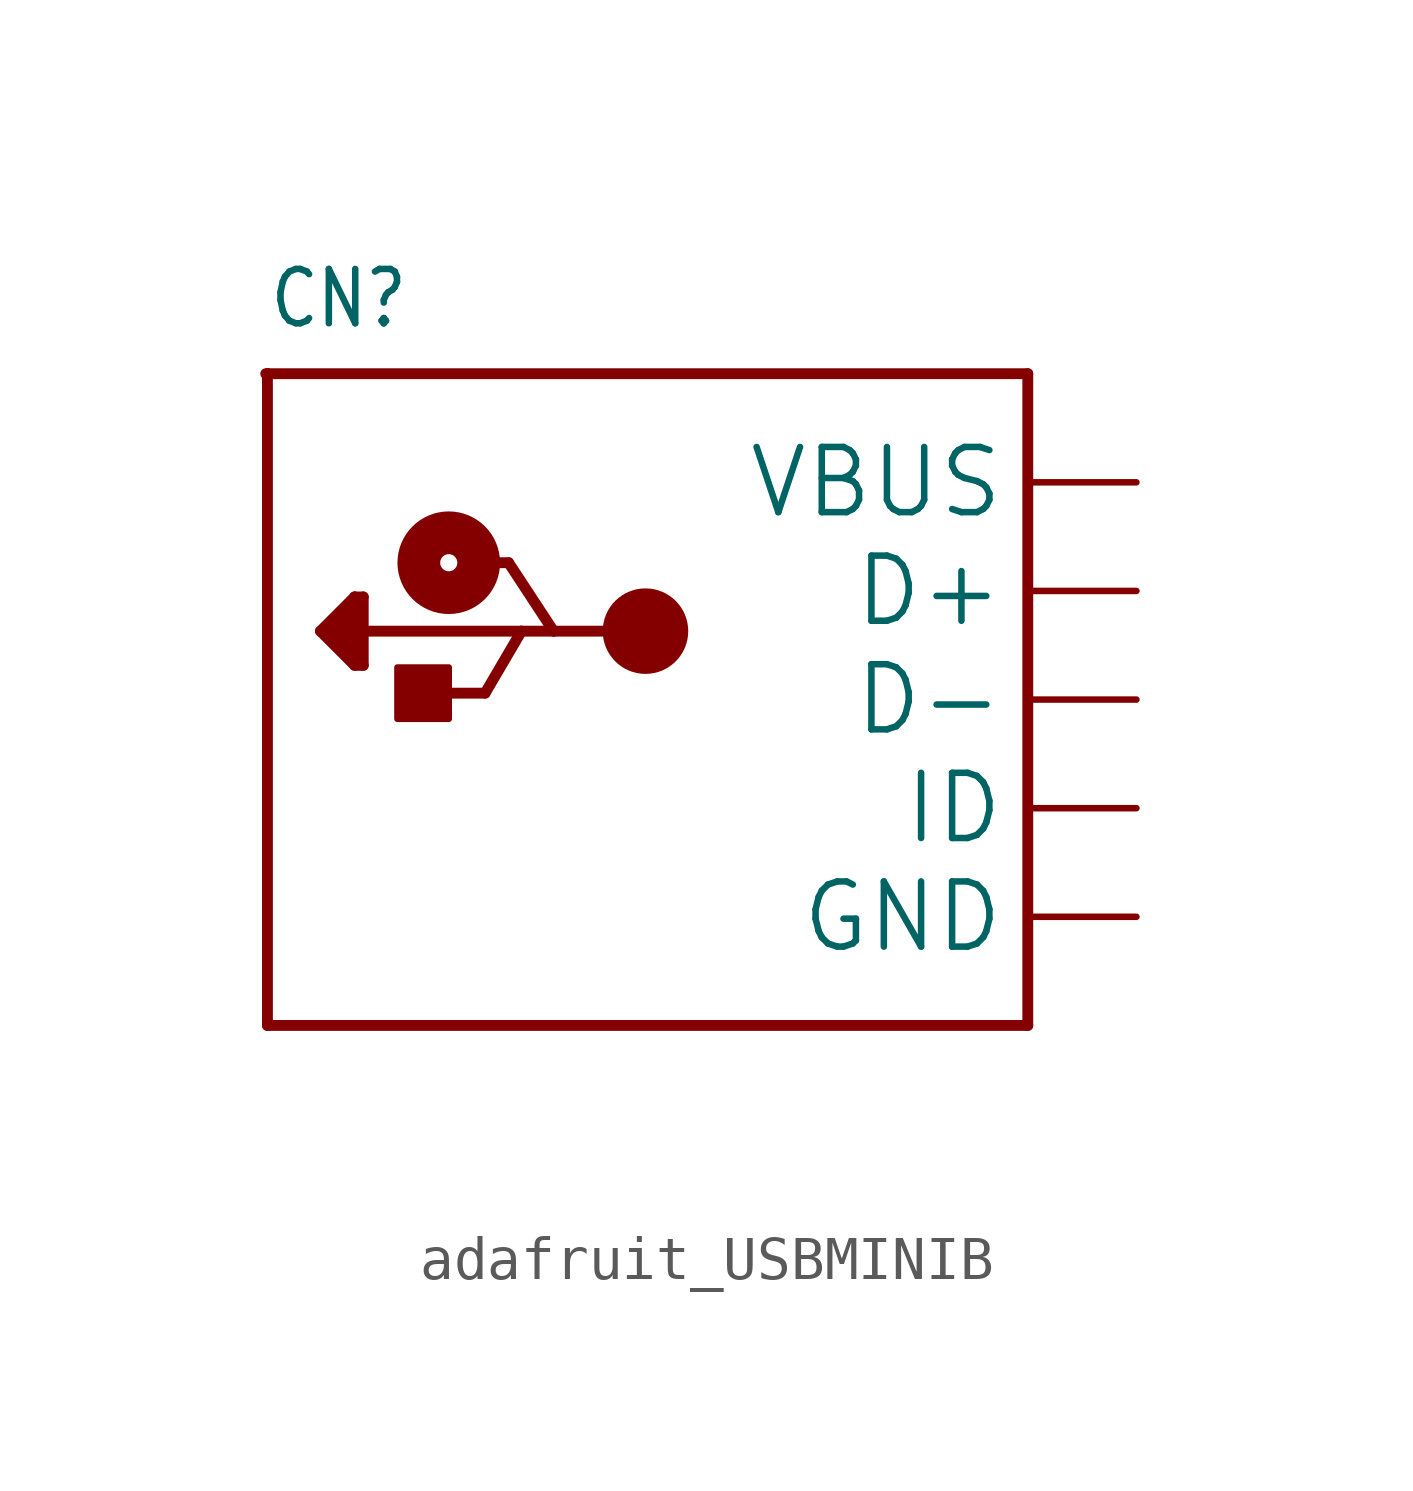
<source format=kicad_sym>
(kicad_symbol_lib
  (version 20241209)
  (generator "kicad_symbol_editor")
  (generator_version "9.0")
  (symbol "adafruit_USBMINIB"
    (property "Reference" "CN"
      (at -10.16 8.636 0)
      (effects (font (size 1.27 1.079)) (justify left bottom)))
    (property "Value" ""
      (at -10.16 -10.16 0)
      (effects (font (size 1.27 1.079)) (justify left bottom)))
    (property "ki_locked" ""
      (at 0 0 0)
      (effects (font (size 1.27 1.27))))
    (symbol "adafruit_USBMINIB_1_0"
      (polyline (pts (xy -10.2 7.62) (xy -10.16 7.62)) (stroke (width 0.254) (type solid)) (fill (type none)))
      (polyline (pts (xy -10.16 7.62) (xy -10.16 -7.62)) (stroke (width 0.254) (type solid)) (fill (type none)))
      (polyline (pts (xy -10.16 7.62) (xy 7.62 7.62)) (stroke (width 0.254) (type solid)) (fill (type none)))
      (polyline (pts (xy -10.16 -7.62) (xy 7.62 -7.62)) (stroke (width 0.254) (type solid)) (fill (type none)))
      (polyline (pts (xy -8.92 1.6) (xy -8.12 2.4)) (stroke (width 0.254) (type solid)) (fill (type none)))
      (polyline (pts (xy -8.52 1.6) (xy -8.52 1.4)) (stroke (width 0.254) (type solid)) (fill (type none)))
      (polyline (pts (xy -8.52 1.4) (xy -8.32 1.2)) (stroke (width 0.254) (type solid)) (fill (type none)))
      (polyline (pts (xy -8.32 2) (xy -8.72 1.6)) (stroke (width 0.254) (type solid)) (fill (type none)))
      (polyline (pts (xy -8.32 1.2) (xy -8.32 2)) (stroke (width 0.254) (type solid)) (fill (type none)))
      (polyline (pts (xy -8.12 2.4) (xy -7.92 2.4)) (stroke (width 0.254) (type solid)) (fill (type none)))
      (polyline (pts (xy -8.12 1) (xy -8.12 2.4)) (stroke (width 0.254) (type solid)) (fill (type none)))
      (polyline (pts (xy -8.12 0.8) (xy -8.92 1.6)) (stroke (width 0.254) (type solid)) (fill (type none)))
      (polyline (pts (xy -7.92 2.4) (xy -7.92 1.6)) (stroke (width 0.254) (type solid)) (fill (type none)))
      (polyline (pts (xy -7.92 1.6) (xy -7.92 0.8)) (stroke (width 0.254) (type solid)) (fill (type none)))
      (polyline (pts (xy -7.92 0.8) (xy -8.12 0.8)) (stroke (width 0.254) (type solid)) (fill (type none)))
      (rectangle (start -7.12 -0.45) (end -5.92 0.75) (stroke (width 0) (type default)) (fill (type outline)))
      (polyline (pts (xy -6.27 0.15) (xy -5.07 0.15)) (stroke (width 0.254) (type solid)) (fill (type none)))
      (circle (center -5.92 3.2) (radius 0.2) (stroke (width 1) (type solid)) (fill (type none)))
      (polyline (pts (xy -5.52 3.2) (xy -4.52 3.2)) (stroke (width 0.254) (type solid)) (fill (type none)))
      (polyline (pts (xy -5.07 0.15) (xy -4.22 1.6)) (stroke (width 0.254) (type solid)) (fill (type none)))
      (polyline (pts (xy -4.52 3.2) (xy -3.47 1.6)) (stroke (width 0.254) (type solid)) (fill (type none)))
      (polyline (pts (xy -4.22 1.6) (xy -7.92 1.6)) (stroke (width 0.254) (type solid)) (fill (type none)))
      (polyline (pts (xy -3.47 1.6) (xy -4.22 1.6)) (stroke (width 0.254) (type solid)) (fill (type none)))
      (circle (center -1.32 1.6) (radius 0.5) (stroke (width 1) (type solid)) (fill (type none)))
      (polyline (pts (xy -1.32 1.6) (xy -3.47 1.6)) (stroke (width 0.254) (type solid)) (fill (type none)))
      (polyline (pts (xy 7.62 7.62) (xy 7.62 -7.62)) (stroke (width 0.254) (type solid)) (fill (type none)))
      (pin power_in line (at 10.16 5.08 180) (length 2.54) (name "VBUS" (effects (font (size 1.524 1.524)))) (number "VBUS" (effects (font (size 0 0)))))
      (pin bidirectional line (at 10.16 2.54 180) (length 2.54) (name "D+" (effects (font (size 1.524 1.524)))) (number "D+" (effects (font (size 0 0)))))
      (pin bidirectional line (at 10.16 0 180) (length 2.54) (name "D-" (effects (font (size 1.524 1.524)))) (number "D-" (effects (font (size 0 0)))))
      (pin bidirectional line (at 10.16 -2.54 180) (length 2.54) (name "ID" (effects (font (size 1.524 1.524)))) (number "ID" (effects (font (size 0 0)))))
      (pin power_in line (at 10.16 -5.08 180) (length 2.54) (name "GND" (effects (font (size 1.524 1.524)))) (number "GND" (effects (font (size 0 0))))))))
</source>
